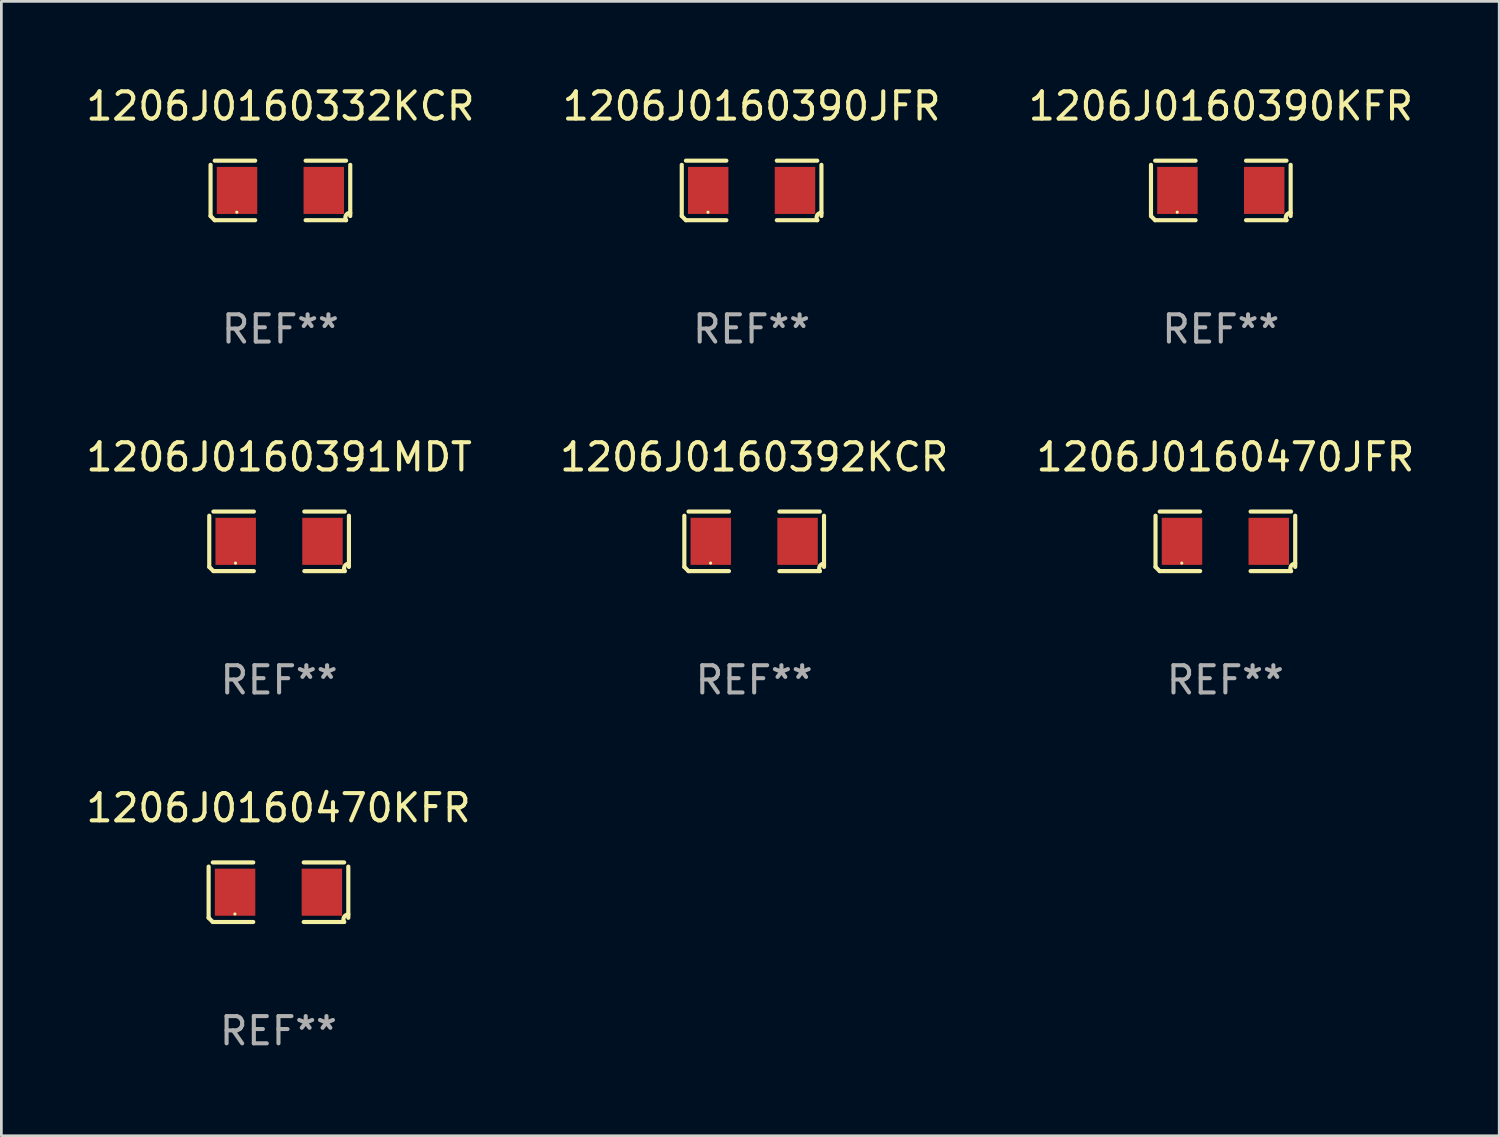
<source format=kicad_pcb>
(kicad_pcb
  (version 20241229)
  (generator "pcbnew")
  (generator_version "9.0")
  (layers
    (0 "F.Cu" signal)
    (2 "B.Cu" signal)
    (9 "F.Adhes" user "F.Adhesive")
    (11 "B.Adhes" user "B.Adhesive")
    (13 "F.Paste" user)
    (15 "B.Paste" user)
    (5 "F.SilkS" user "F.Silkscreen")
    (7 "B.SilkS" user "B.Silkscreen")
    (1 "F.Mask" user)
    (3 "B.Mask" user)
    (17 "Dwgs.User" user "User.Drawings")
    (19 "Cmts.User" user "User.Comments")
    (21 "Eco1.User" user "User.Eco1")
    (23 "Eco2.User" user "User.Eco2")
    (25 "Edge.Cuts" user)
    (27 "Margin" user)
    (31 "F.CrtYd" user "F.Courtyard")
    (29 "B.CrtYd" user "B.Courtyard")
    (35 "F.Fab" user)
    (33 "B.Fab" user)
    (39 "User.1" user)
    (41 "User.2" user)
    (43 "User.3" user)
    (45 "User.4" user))
  (footprint "1206J0160390JFR"
    (layer "F.Cu")
    (at 24.542 3.941)
    (property "Reference" "1206J0160390JFR" (at 0 -3.093 0) (layer "F.SilkS") (effects (font (size 1 1) (thickness 0.15))))
    (attr through_hole)
    (fp_line (start -2.564 0.94) (end -2.564 -0.94) (stroke (width 0.152) (type solid)) (layer "F.SilkS"))
    (fp_line (start -2.411 -1.093) (end -0.926 -1.093) (stroke (width 0.152) (type solid)) (layer "F.SilkS"))
    (fp_line (start -0.926 1.093) (end -2.411 1.093) (stroke (width 0.152) (type solid)) (layer "F.SilkS"))
    (fp_line (start 0.926 1.093) (end 2.411 1.093) (stroke (width 0.152) (type solid)) (layer "F.SilkS"))
    (fp_line (start 2.411 -1.093) (end 0.926 -1.093) (stroke (width 0.152) (type solid)) (layer "F.SilkS"))
    (fp_line (start 2.564 0.94) (end 2.564 -0.94) (stroke (width 0.152) (type solid)) (layer "F.SilkS"))
    (fp_arc (start -2.411201 1.092609) (mid -2.487413 1.01642) (end -2.563602 0.940208) (stroke (width 0.1524) (type solid)) (layer "F.SilkS"))
    (fp_arc (start 2.411201 1.092609) (mid 2.407159 0.911226) (end 2.563602 0.819347) (stroke (width 0.1524) (type solid)) (layer "F.SilkS"))
    (fp_circle (center -1.6 0.8) (end -1.57 0.8) (stroke (width 0.06) (type solid)) (fill no) (layer "F.SilkS"))
    (fp_text user "REF**" (at 0 5.093 0) (layer "F.Fab") (effects (font (size 1 1) (thickness 0.15))))
    (pad "1" smd rect (at -1.593 0) (size 1.485 1.728) (layers "F.Cu" "F.Mask" "F.Paste"))
    (pad "2" smd rect (at 1.593 0) (size 1.485 1.728) (layers "F.Cu" "F.Mask" "F.Paste")))
  (footprint "1206J0160470KFR"
    (layer "F.Cu")
    (at 7.173 29.704)
    (property "Reference" "1206J0160470KFR" (at 0 -3.093 0) (layer "F.SilkS") (effects (font (size 1 1) (thickness 0.15))))
    (attr through_hole)
    (fp_line (start -2.564 0.94) (end -2.564 -0.94) (stroke (width 0.152) (type solid)) (layer "F.SilkS"))
    (fp_line (start -2.411 -1.093) (end -0.926 -1.093) (stroke (width 0.152) (type solid)) (layer "F.SilkS"))
    (fp_line (start -0.926 1.093) (end -2.411 1.093) (stroke (width 0.152) (type solid)) (layer "F.SilkS"))
    (fp_line (start 0.926 1.093) (end 2.411 1.093) (stroke (width 0.152) (type solid)) (layer "F.SilkS"))
    (fp_line (start 2.411 -1.093) (end 0.926 -1.093) (stroke (width 0.152) (type solid)) (layer "F.SilkS"))
    (fp_line (start 2.564 0.94) (end 2.564 -0.94) (stroke (width 0.152) (type solid)) (layer "F.SilkS"))
    (fp_arc (start -2.411201 1.092609) (mid -2.487413 1.01642) (end -2.563602 0.940208) (stroke (width 0.1524) (type solid)) (layer "F.SilkS"))
    (fp_arc (start 2.411201 1.092609) (mid 2.407159 0.911226) (end 2.563602 0.819347) (stroke (width 0.1524) (type solid)) (layer "F.SilkS"))
    (fp_circle (center -1.6 0.8) (end -1.57 0.8) (stroke (width 0.06) (type solid)) (fill no) (layer "F.SilkS"))
    (fp_text user "REF**" (at 0 5.093 0) (layer "F.Fab") (effects (font (size 1 1) (thickness 0.15))))
    (pad "1" smd rect (at -1.593 0) (size 1.485 1.728) (layers "F.Cu" "F.Mask" "F.Paste"))
    (pad "2" smd rect (at 1.593 0) (size 1.485 1.728) (layers "F.Cu" "F.Mask" "F.Paste")))
  (footprint "1206J0160391MDT"
    (layer "F.Cu")
    (at 7.196 16.823)
    (property "Reference" "1206J0160391MDT" (at 0 -3.093 0) (layer "F.SilkS") (effects (font (size 1 1) (thickness 0.15))))
    (attr through_hole)
    (fp_line (start -2.564 0.94) (end -2.564 -0.94) (stroke (width 0.152) (type solid)) (layer "F.SilkS"))
    (fp_line (start -2.411 -1.093) (end -0.926 -1.093) (stroke (width 0.152) (type solid)) (layer "F.SilkS"))
    (fp_line (start -0.926 1.093) (end -2.411 1.093) (stroke (width 0.152) (type solid)) (layer "F.SilkS"))
    (fp_line (start 0.926 1.093) (end 2.411 1.093) (stroke (width 0.152) (type solid)) (layer "F.SilkS"))
    (fp_line (start 2.411 -1.093) (end 0.926 -1.093) (stroke (width 0.152) (type solid)) (layer "F.SilkS"))
    (fp_line (start 2.564 0.94) (end 2.564 -0.94) (stroke (width 0.152) (type solid)) (layer "F.SilkS"))
    (fp_arc (start -2.411201 1.092609) (mid -2.487413 1.01642) (end -2.563602 0.940208) (stroke (width 0.1524) (type solid)) (layer "F.SilkS"))
    (fp_arc (start 2.411201 1.092609) (mid 2.407159 0.911226) (end 2.563602 0.819347) (stroke (width 0.1524) (type solid)) (layer "F.SilkS"))
    (fp_circle (center -1.6 0.8) (end -1.57 0.8) (stroke (width 0.06) (type solid)) (fill no) (layer "F.SilkS"))
    (fp_text user "REF**" (at 0 5.093 0) (layer "F.Fab") (effects (font (size 1 1) (thickness 0.15))))
    (pad "1" smd rect (at -1.593 0) (size 1.485 1.728) (layers "F.Cu" "F.Mask" "F.Paste"))
    (pad "2" smd rect (at 1.593 0) (size 1.485 1.728) (layers "F.Cu" "F.Mask" "F.Paste")))
  (footprint "1206J0160392KCR"
    (layer "F.Cu")
    (at 24.637 16.823)
    (property "Reference" "1206J0160392KCR" (at 0 -3.093 0) (layer "F.SilkS") (effects (font (size 1 1) (thickness 0.15))))
    (attr through_hole)
    (fp_line (start -2.564 0.94) (end -2.564 -0.94) (stroke (width 0.152) (type solid)) (layer "F.SilkS"))
    (fp_line (start -2.411 -1.093) (end -0.926 -1.093) (stroke (width 0.152) (type solid)) (layer "F.SilkS"))
    (fp_line (start -0.926 1.093) (end -2.411 1.093) (stroke (width 0.152) (type solid)) (layer "F.SilkS"))
    (fp_line (start 0.926 1.093) (end 2.411 1.093) (stroke (width 0.152) (type solid)) (layer "F.SilkS"))
    (fp_line (start 2.411 -1.093) (end 0.926 -1.093) (stroke (width 0.152) (type solid)) (layer "F.SilkS"))
    (fp_line (start 2.564 0.94) (end 2.564 -0.94) (stroke (width 0.152) (type solid)) (layer "F.SilkS"))
    (fp_arc (start -2.411201 1.092609) (mid -2.487413 1.01642) (end -2.563602 0.940208) (stroke (width 0.1524) (type solid)) (layer "F.SilkS"))
    (fp_arc (start 2.411201 1.092609) (mid 2.407159 0.911226) (end 2.563602 0.819347) (stroke (width 0.1524) (type solid)) (layer "F.SilkS"))
    (fp_circle (center -1.6 0.8) (end -1.57 0.8) (stroke (width 0.06) (type solid)) (fill no) (layer "F.SilkS"))
    (fp_text user "REF**" (at 0 5.093 0) (layer "F.Fab") (effects (font (size 1 1) (thickness 0.15))))
    (pad "1" smd rect (at -1.593 0) (size 1.485 1.728) (layers "F.Cu" "F.Mask" "F.Paste"))
    (pad "2" smd rect (at 1.593 0) (size 1.485 1.728) (layers "F.Cu" "F.Mask" "F.Paste")))
  (footprint "1206J0160332KCR"
    (layer "F.Cu")
    (at 7.244 3.941)
    (property "Reference" "1206J0160332KCR" (at 0 -3.093 0) (layer "F.SilkS") (effects (font (size 1 1) (thickness 0.15))))
    (attr through_hole)
    (fp_line (start -2.564 0.94) (end -2.564 -0.94) (stroke (width 0.152) (type solid)) (layer "F.SilkS"))
    (fp_line (start -2.411 -1.093) (end -0.926 -1.093) (stroke (width 0.152) (type solid)) (layer "F.SilkS"))
    (fp_line (start -0.926 1.093) (end -2.411 1.093) (stroke (width 0.152) (type solid)) (layer "F.SilkS"))
    (fp_line (start 0.926 1.093) (end 2.411 1.093) (stroke (width 0.152) (type solid)) (layer "F.SilkS"))
    (fp_line (start 2.411 -1.093) (end 0.926 -1.093) (stroke (width 0.152) (type solid)) (layer "F.SilkS"))
    (fp_line (start 2.564 0.94) (end 2.564 -0.94) (stroke (width 0.152) (type solid)) (layer "F.SilkS"))
    (fp_arc (start -2.411201 1.092609) (mid -2.487413 1.01642) (end -2.563602 0.940208) (stroke (width 0.1524) (type solid)) (layer "F.SilkS"))
    (fp_arc (start 2.411201 1.092609) (mid 2.407159 0.911226) (end 2.563602 0.819347) (stroke (width 0.1524) (type solid)) (layer "F.SilkS"))
    (fp_circle (center -1.6 0.8) (end -1.57 0.8) (stroke (width 0.06) (type solid)) (fill no) (layer "F.SilkS"))
    (fp_text user "REF**" (at 0 5.093 0) (layer "F.Fab") (effects (font (size 1 1) (thickness 0.15))))
    (pad "1" smd rect (at -1.593 0) (size 1.485 1.728) (layers "F.Cu" "F.Mask" "F.Paste"))
    (pad "2" smd rect (at 1.593 0) (size 1.485 1.728) (layers "F.Cu" "F.Mask" "F.Paste")))
  (footprint "1206J0160390KFR"
    (layer "F.Cu")
    (at 41.768 3.941)
    (property "Reference" "1206J0160390KFR" (at 0 -3.093 0) (layer "F.SilkS") (effects (font (size 1 1) (thickness 0.15))))
    (attr through_hole)
    (fp_line (start -2.564 0.94) (end -2.564 -0.94) (stroke (width 0.152) (type solid)) (layer "F.SilkS"))
    (fp_line (start -2.411 -1.093) (end -0.926 -1.093) (stroke (width 0.152) (type solid)) (layer "F.SilkS"))
    (fp_line (start -0.926 1.093) (end -2.411 1.093) (stroke (width 0.152) (type solid)) (layer "F.SilkS"))
    (fp_line (start 0.926 1.093) (end 2.411 1.093) (stroke (width 0.152) (type solid)) (layer "F.SilkS"))
    (fp_line (start 2.411 -1.093) (end 0.926 -1.093) (stroke (width 0.152) (type solid)) (layer "F.SilkS"))
    (fp_line (start 2.564 0.94) (end 2.564 -0.94) (stroke (width 0.152) (type solid)) (layer "F.SilkS"))
    (fp_arc (start -2.411201 1.092609) (mid -2.487413 1.01642) (end -2.563602 0.940208) (stroke (width 0.1524) (type solid)) (layer "F.SilkS"))
    (fp_arc (start 2.411201 1.092609) (mid 2.407159 0.911226) (end 2.563602 0.819347) (stroke (width 0.1524) (type solid)) (layer "F.SilkS"))
    (fp_circle (center -1.6 0.8) (end -1.57 0.8) (stroke (width 0.06) (type solid)) (fill no) (layer "F.SilkS"))
    (fp_text user "REF**" (at 0 5.093 0) (layer "F.Fab") (effects (font (size 1 1) (thickness 0.15))))
    (pad "1" smd rect (at -1.593 0) (size 1.485 1.728) (layers "F.Cu" "F.Mask" "F.Paste"))
    (pad "2" smd rect (at 1.593 0) (size 1.485 1.728) (layers "F.Cu" "F.Mask" "F.Paste")))
  (footprint "1206J0160470JFR"
    (layer "F.Cu")
    (at 41.935 16.823)
    (property "Reference" "1206J0160470JFR" (at 0 -3.093 0) (layer "F.SilkS") (effects (font (size 1 1) (thickness 0.15))))
    (attr through_hole)
    (fp_line (start -2.564 0.94) (end -2.564 -0.94) (stroke (width 0.152) (type solid)) (layer "F.SilkS"))
    (fp_line (start -2.411 -1.093) (end -0.926 -1.093) (stroke (width 0.152) (type solid)) (layer "F.SilkS"))
    (fp_line (start -0.926 1.093) (end -2.411 1.093) (stroke (width 0.152) (type solid)) (layer "F.SilkS"))
    (fp_line (start 0.926 1.093) (end 2.411 1.093) (stroke (width 0.152) (type solid)) (layer "F.SilkS"))
    (fp_line (start 2.411 -1.093) (end 0.926 -1.093) (stroke (width 0.152) (type solid)) (layer "F.SilkS"))
    (fp_line (start 2.564 0.94) (end 2.564 -0.94) (stroke (width 0.152) (type solid)) (layer "F.SilkS"))
    (fp_arc (start -2.411201 1.092609) (mid -2.487413 1.01642) (end -2.563602 0.940208) (stroke (width 0.1524) (type solid)) (layer "F.SilkS"))
    (fp_arc (start 2.411201 1.092609) (mid 2.407159 0.911226) (end 2.563602 0.819347) (stroke (width 0.1524) (type solid)) (layer "F.SilkS"))
    (fp_circle (center -1.6 0.8) (end -1.57 0.8) (stroke (width 0.06) (type solid)) (fill no) (layer "F.SilkS"))
    (fp_text user "REF**" (at 0 5.093 0) (layer "F.Fab") (effects (font (size 1 1) (thickness 0.15))))
    (pad "1" smd rect (at -1.593 0) (size 1.485 1.728) (layers "F.Cu" "F.Mask" "F.Paste"))
    (pad "2" smd rect (at 1.593 0) (size 1.485 1.728) (layers "F.Cu" "F.Mask" "F.Paste")))
  (gr_rect
    (start -3 -3)
    (end 51.988 38.645)
    (stroke (width 0.1) (type default))
    (fill no)
    (layer "Edge.Cuts")))
</source>
